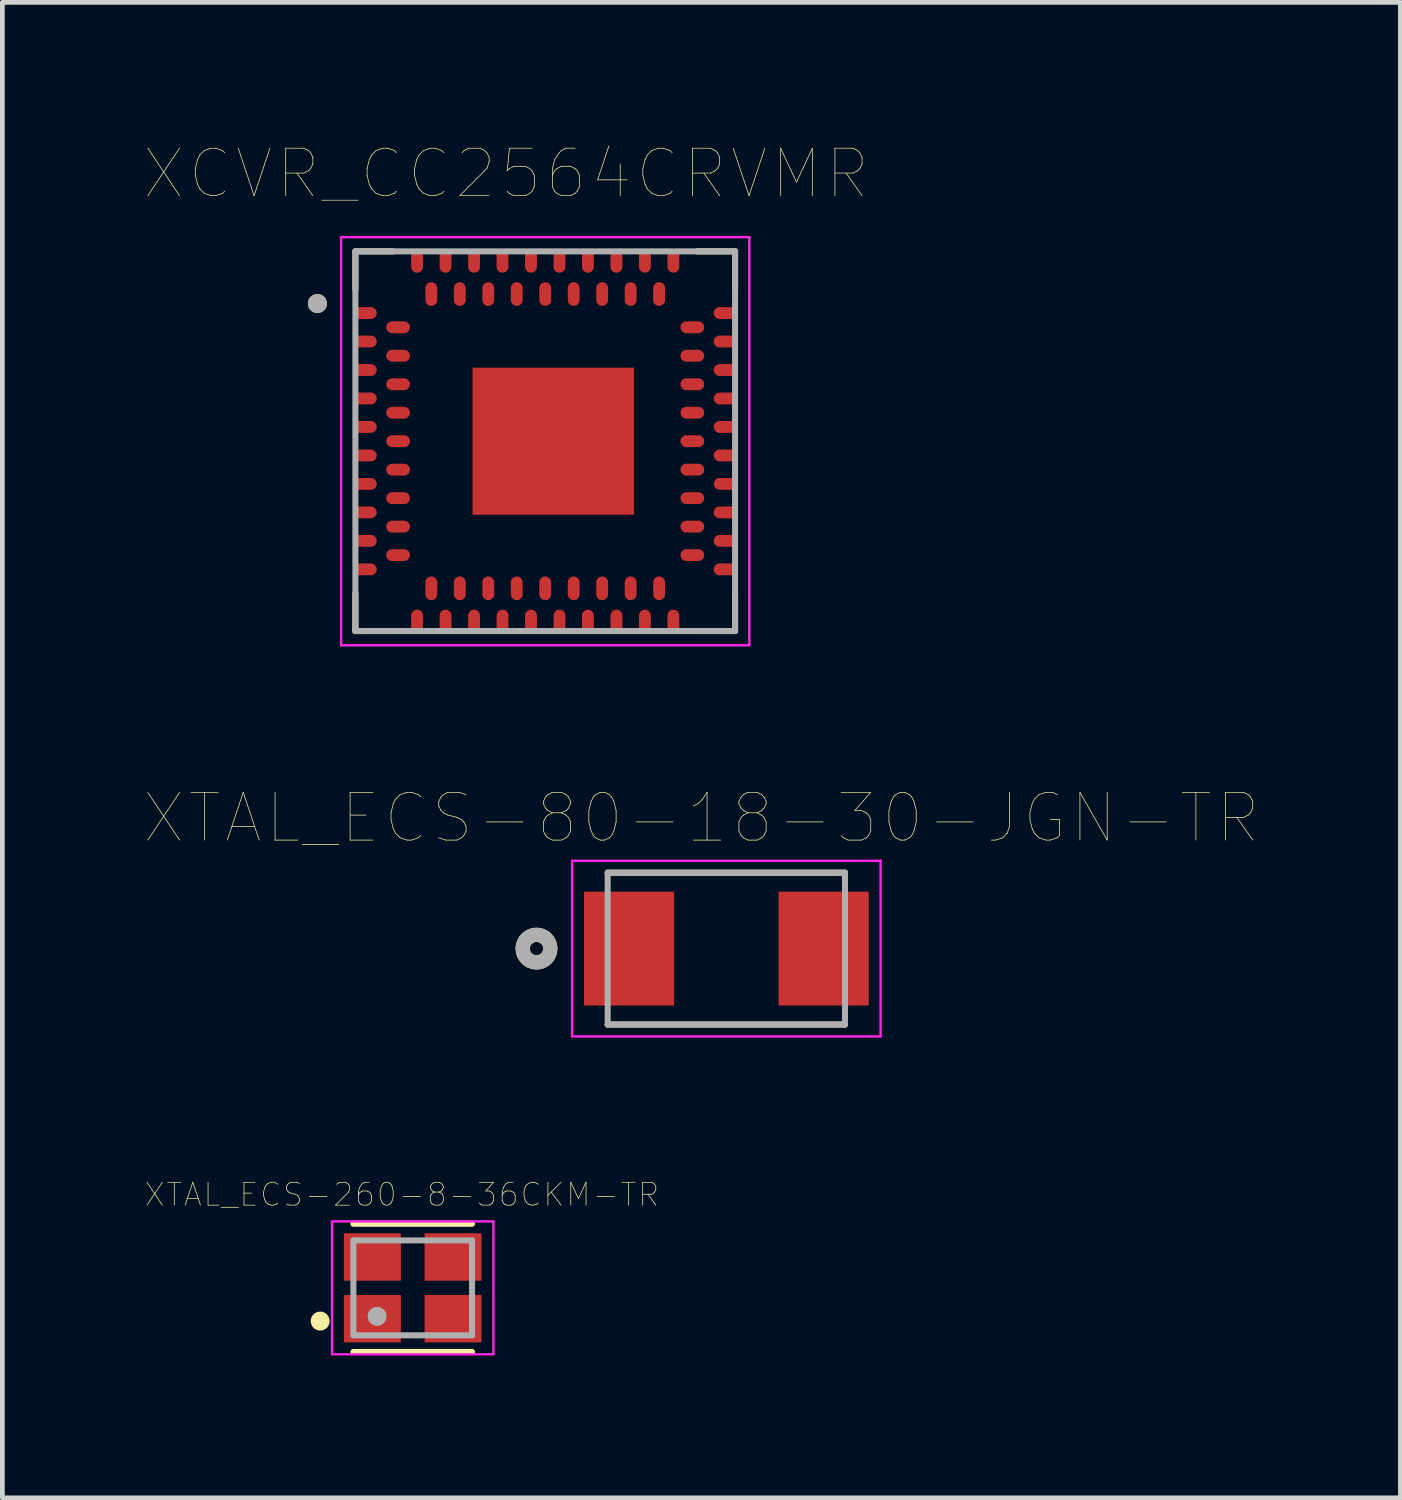
<source format=kicad_pcb>
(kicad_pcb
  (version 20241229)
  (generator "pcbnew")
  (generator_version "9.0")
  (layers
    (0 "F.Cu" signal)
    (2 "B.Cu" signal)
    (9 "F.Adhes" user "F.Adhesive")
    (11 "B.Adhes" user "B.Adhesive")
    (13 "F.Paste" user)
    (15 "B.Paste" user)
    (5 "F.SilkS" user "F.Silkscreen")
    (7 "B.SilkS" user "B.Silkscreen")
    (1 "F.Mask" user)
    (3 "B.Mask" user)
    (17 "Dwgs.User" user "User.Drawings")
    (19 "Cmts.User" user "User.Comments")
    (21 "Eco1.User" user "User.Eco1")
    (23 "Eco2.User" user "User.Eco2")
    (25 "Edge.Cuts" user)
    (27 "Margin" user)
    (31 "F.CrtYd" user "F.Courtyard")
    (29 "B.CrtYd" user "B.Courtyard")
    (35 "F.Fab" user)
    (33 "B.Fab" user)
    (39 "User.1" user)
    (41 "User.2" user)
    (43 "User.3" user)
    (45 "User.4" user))
  (footprint "XTAL_ECS-80-18-30-JGN-TR"
    (layer "F.Cu")
    (at 12.254 16.937)
    (property "Reference" "XTAL_ECS-80-18-30-JGN-TR" (at -0.526 -2.751 0) (layer "F.SilkS") (effects (font (size 1.006 1.006) (thickness 0.015))))
    (attr through_hole)
    (fp_line (start -2.5 1.6) (end 2.5 1.6) (stroke (width 0.127) (type solid)) (layer "F.SilkS"))
    (fp_line (start 2.5 -1.6) (end -2.5 -1.6) (stroke (width 0.127) (type solid)) (layer "F.SilkS"))
    (fp_circle (center -4 0) (end -3.859 0) (stroke (width 0.3) (type solid)) (fill no) (layer "F.SilkS"))
    (fp_line (start -3.25 -1.85) (end -3.25 1.85) (stroke (width 0.05) (type solid)) (layer "F.CrtYd"))
    (fp_line (start -3.25 1.85) (end 3.25 1.85) (stroke (width 0.05) (type solid)) (layer "F.CrtYd"))
    (fp_line (start 3.25 -1.85) (end -3.25 -1.85) (stroke (width 0.05) (type solid)) (layer "F.CrtYd"))
    (fp_line (start 3.25 1.85) (end 3.25 -1.85) (stroke (width 0.05) (type solid)) (layer "F.CrtYd"))
    (fp_line (start -2.5 -1.6) (end -2.5 1.6) (stroke (width 0.127) (type solid)) (layer "F.Fab"))
    (fp_line (start -2.5 1.6) (end 2.5 1.6) (stroke (width 0.127) (type solid)) (layer "F.Fab"))
    (fp_line (start 2.5 -1.6) (end -2.5 -1.6) (stroke (width 0.127) (type solid)) (layer "F.Fab"))
    (fp_line (start 2.5 1.6) (end 2.5 -1.6) (stroke (width 0.127) (type solid)) (layer "F.Fab"))
    (fp_circle (center -4 0) (end -3.859 0) (stroke (width 0.3) (type solid)) (fill no) (layer "F.Fab"))
    (pad "1" smd rect (at -2.05 0) (size 1.9 2.4) (layers "F.Cu" "F.Mask" "F.Paste"))
    (pad "2" smd rect (at 2.05 0) (size 1.9 2.4) (layers "F.Cu" "F.Mask" "F.Paste")))
  (footprint "XTAL_ECS-260-8-36CKM-TR"
    (layer "F.Cu")
    (at 5.646 24.085)
    (property "Reference" "XTAL_ECS-260-8-36CKM-TR" (at -0.227 -1.965 0) (layer "F.SilkS") (effects (font (size 0.482 0.482) (thickness 0.015))))
    (attr through_hole)
    (fp_line (start 1.25 -1.35) (end -1.25 -1.35) (stroke (width 0.127) (type solid)) (layer "F.SilkS"))
    (fp_line (start 1.25 1.35) (end -1.25 1.35) (stroke (width 0.127) (type solid)) (layer "F.SilkS"))
    (fp_circle (center -1.95 0.7) (end -1.85 0.7) (stroke (width 0.2) (type solid)) (fill no) (layer "F.SilkS"))
    (fp_line (start -1.7 -1.4) (end -1.7 1.4) (stroke (width 0.05) (type solid)) (layer "F.CrtYd"))
    (fp_line (start -1.7 1.4) (end 1.7 1.4) (stroke (width 0.05) (type solid)) (layer "F.CrtYd"))
    (fp_line (start 1.7 -1.4) (end -1.7 -1.4) (stroke (width 0.05) (type solid)) (layer "F.CrtYd"))
    (fp_line (start 1.7 1.4) (end 1.7 -1.4) (stroke (width 0.05) (type solid)) (layer "F.CrtYd"))
    (fp_line (start -1.25 -1) (end -1.25 1) (stroke (width 0.127) (type solid)) (layer "F.Fab"))
    (fp_line (start -1.25 1) (end 1.25 1) (stroke (width 0.127) (type solid)) (layer "F.Fab"))
    (fp_line (start 1.25 -1) (end -1.25 -1) (stroke (width 0.127) (type solid)) (layer "F.Fab"))
    (fp_line (start 1.25 1) (end 1.25 -1) (stroke (width 0.127) (type solid)) (layer "F.Fab"))
    (fp_circle (center -0.75 0.6) (end -0.65 0.6) (stroke (width 0.2) (type solid)) (fill no) (layer "F.Fab"))
    (pad "1" smd rect (at -0.85 0.65) (size 1.2 1) (layers "F.Cu" "F.Mask" "F.Paste"))
    (pad "2" smd rect (at 0.85 0.65) (size 1.2 1) (layers "F.Cu" "F.Mask" "F.Paste"))
    (pad "3" smd rect (at 0.85 -0.65) (size 1.2 1) (layers "F.Cu" "F.Mask" "F.Paste"))
    (pad "4" smd rect (at -0.85 -0.65) (size 1.2 1) (layers "F.Cu" "F.Mask" "F.Paste")))
  (footprint "XCVR_CC2564CRVMR"
    (layer "F.Cu")
    (at 8.438 6.246)
    (property "Reference" "XCVR_CC2564CRVMR" (at -0.825 -5.635 0) (layer "F.SilkS") (effects (font (size 1 1) (thickness 0.015))))
    (attr through_hole)
    (fp_line (start -4 -4) (end -4 -3.2) (stroke (width 0.127) (type solid)) (layer "F.SilkS"))
    (fp_line (start -4 4) (end -4 3.2) (stroke (width 0.127) (type solid)) (layer "F.SilkS"))
    (fp_line (start -3.2 -4) (end -4 -4) (stroke (width 0.127) (type solid)) (layer "F.SilkS"))
    (fp_line (start -3.2 4) (end -4 4) (stroke (width 0.127) (type solid)) (layer "F.SilkS"))
    (fp_line (start 3.2 -4) (end 4 -4) (stroke (width 0.127) (type solid)) (layer "F.SilkS"))
    (fp_line (start 3.2 4) (end 4 4) (stroke (width 0.127) (type solid)) (layer "F.SilkS"))
    (fp_line (start 4 -4) (end 4 -3.2) (stroke (width 0.127) (type solid)) (layer "F.SilkS"))
    (fp_line (start 4 4) (end 4 3.2) (stroke (width 0.127) (type solid)) (layer "F.SilkS"))
    (fp_circle (center -4.8 -2.9) (end -4.7 -2.9) (stroke (width 0.2) (type solid)) (fill no) (layer "F.SilkS"))
    (fp_poly (pts (xy -0.905 -0.98) (xy 1.245 -0.98) (xy 1.245 0.98) (xy -0.905 0.98)) (stroke (width 0.01) (type solid)) (fill yes) (layer "F.Paste"))
    (fp_line (start -4.3 -4.3) (end 4.3 -4.3) (stroke (width 0.05) (type solid)) (layer "F.CrtYd"))
    (fp_line (start -4.3 4.3) (end -4.3 -4.3) (stroke (width 0.05) (type solid)) (layer "F.CrtYd"))
    (fp_line (start 4.3 -4.3) (end 4.3 4.3) (stroke (width 0.05) (type solid)) (layer "F.CrtYd"))
    (fp_line (start 4.3 4.3) (end -4.3 4.3) (stroke (width 0.05) (type solid)) (layer "F.CrtYd"))
    (fp_line (start -4 -4) (end 4 -4) (stroke (width 0.127) (type solid)) (layer "F.Fab"))
    (fp_line (start -4 4) (end -4 -4) (stroke (width 0.127) (type solid)) (layer "F.Fab"))
    (fp_line (start 4 -4) (end 4 4) (stroke (width 0.127) (type solid)) (layer "F.Fab"))
    (fp_line (start 4 4) (end -4 4) (stroke (width 0.127) (type solid)) (layer "F.Fab"))
    (fp_circle (center -4.8 -2.9) (end -4.7 -2.9) (stroke (width 0.2) (type solid)) (fill no) (layer "F.Fab"))
    (pad "A1" smd oval (at -3.8 -2.7) (size 0.5 0.25) (layers "F.Cu" "F.Mask" "F.Paste"))
    (pad "A2" smd oval (at -3.8 -2.1) (size 0.5 0.25) (layers "F.Cu" "F.Mask" "F.Paste"))
    (pad "A3" smd oval (at -3.8 -1.5) (size 0.5 0.25) (layers "F.Cu" "F.Mask" "F.Paste"))
    (pad "A4" smd oval (at -3.8 -0.9) (size 0.5 0.25) (layers "F.Cu" "F.Mask" "F.Paste"))
    (pad "A5" smd oval (at -3.8 -0.3) (size 0.5 0.25) (layers "F.Cu" "F.Mask" "F.Paste"))
    (pad "A6" smd oval (at -3.8 0.3) (size 0.5 0.25) (layers "F.Cu" "F.Mask" "F.Paste"))
    (pad "A7" smd oval (at -3.8 0.9) (size 0.5 0.25) (layers "F.Cu" "F.Mask" "F.Paste"))
    (pad "A8" smd oval (at -3.8 1.5) (size 0.5 0.25) (layers "F.Cu" "F.Mask" "F.Paste"))
    (pad "A9" smd oval (at -3.8 2.1) (size 0.5 0.25) (layers "F.Cu" "F.Mask" "F.Paste"))
    (pad "A10" smd oval (at -3.8 2.7) (size 0.5 0.25) (layers "F.Cu" "F.Mask" "F.Paste"))
    (pad "A11" smd oval (at -2.7 3.8) (size 0.25 0.5) (layers "F.Cu" "F.Mask" "F.Paste"))
    (pad "A12" smd oval (at -2.1 3.8) (size 0.25 0.5) (layers "F.Cu" "F.Mask" "F.Paste"))
    (pad "A13" smd oval (at -1.5 3.8) (size 0.25 0.5) (layers "F.Cu" "F.Mask" "F.Paste"))
    (pad "A14" smd oval (at -0.9 3.8) (size 0.25 0.5) (layers "F.Cu" "F.Mask" "F.Paste"))
    (pad "A15" smd oval (at -0.3 3.8) (size 0.25 0.5) (layers "F.Cu" "F.Mask" "F.Paste"))
    (pad "A16" smd oval (at 0.3 3.8) (size 0.25 0.5) (layers "F.Cu" "F.Mask" "F.Paste"))
    (pad "A17" smd oval (at 0.9 3.8) (size 0.25 0.5) (layers "F.Cu" "F.Mask" "F.Paste"))
    (pad "A18" smd oval (at 1.5 3.8) (size 0.25 0.5) (layers "F.Cu" "F.Mask" "F.Paste"))
    (pad "A19" smd oval (at 2.1 3.8) (size 0.25 0.5) (layers "F.Cu" "F.Mask" "F.Paste"))
    (pad "A20" smd oval (at 2.7 3.8) (size 0.25 0.5) (layers "F.Cu" "F.Mask" "F.Paste"))
    (pad "A21" smd oval (at 3.8 2.7) (size 0.5 0.25) (layers "F.Cu" "F.Mask" "F.Paste"))
    (pad "A22" smd oval (at 3.8 2.1) (size 0.5 0.25) (layers "F.Cu" "F.Mask" "F.Paste"))
    (pad "A23" smd oval (at 3.8 1.5) (size 0.5 0.25) (layers "F.Cu" "F.Mask" "F.Paste"))
    (pad "A24" smd oval (at 3.8 0.9) (size 0.5 0.25) (layers "F.Cu" "F.Mask" "F.Paste"))
    (pad "A25" smd oval (at 3.8 0.3) (size 0.5 0.25) (layers "F.Cu" "F.Mask" "F.Paste"))
    (pad "A26" smd oval (at 3.8 -0.3) (size 0.5 0.25) (layers "F.Cu" "F.Mask" "F.Paste"))
    (pad "A27" smd oval (at 3.8 -0.9) (size 0.5 0.25) (layers "F.Cu" "F.Mask" "F.Paste"))
    (pad "A28" smd oval (at 3.8 -1.5) (size 0.5 0.25) (layers "F.Cu" "F.Mask" "F.Paste"))
    (pad "A29" smd oval (at 3.8 -2.1) (size 0.5 0.25) (layers "F.Cu" "F.Mask" "F.Paste"))
    (pad "A30" smd oval (at 3.8 -2.7) (size 0.5 0.25) (layers "F.Cu" "F.Mask" "F.Paste"))
    (pad "A31" smd oval (at 2.7 -3.8) (size 0.25 0.5) (layers "F.Cu" "F.Mask" "F.Paste"))
    (pad "A32" smd oval (at 2.1 -3.8) (size 0.25 0.5) (layers "F.Cu" "F.Mask" "F.Paste"))
    (pad "A33" smd oval (at 1.5 -3.8) (size 0.25 0.5) (layers "F.Cu" "F.Mask" "F.Paste"))
    (pad "A34" smd oval (at 0.9 -3.8) (size 0.25 0.5) (layers "F.Cu" "F.Mask" "F.Paste"))
    (pad "A35" smd oval (at 0.3 -3.8) (size 0.25 0.5) (layers "F.Cu" "F.Mask" "F.Paste"))
    (pad "A36" smd oval (at -0.3 -3.8) (size 0.25 0.5) (layers "F.Cu" "F.Mask" "F.Paste"))
    (pad "A37" smd oval (at -0.9 -3.8) (size 0.25 0.5) (layers "F.Cu" "F.Mask" "F.Paste"))
    (pad "A38" smd oval (at -1.5 -3.8) (size 0.25 0.5) (layers "F.Cu" "F.Mask" "F.Paste"))
    (pad "A39" smd oval (at -2.1 -3.8) (size 0.25 0.5) (layers "F.Cu" "F.Mask" "F.Paste"))
    (pad "A40" smd oval (at -2.7 -3.8) (size 0.25 0.5) (layers "F.Cu" "F.Mask" "F.Paste"))
    (pad "B1" smd oval (at -3.1 -2.4) (size 0.5 0.25) (layers "F.Cu" "F.Mask" "F.Paste"))
    (pad "B2" smd oval (at -3.1 -1.8) (size 0.5 0.25) (layers "F.Cu" "F.Mask" "F.Paste"))
    (pad "B3" smd oval (at -3.1 -1.2) (size 0.5 0.25) (layers "F.Cu" "F.Mask" "F.Paste"))
    (pad "B4" smd oval (at -3.1 -0.6) (size 0.5 0.25) (layers "F.Cu" "F.Mask" "F.Paste"))
    (pad "B5" smd oval (at -3.1 0) (size 0.5 0.25) (layers "F.Cu" "F.Mask" "F.Paste"))
    (pad "B6" smd oval (at -3.1 0.6) (size 0.5 0.25) (layers "F.Cu" "F.Mask" "F.Paste"))
    (pad "B7" smd oval (at -3.1 1.2) (size 0.5 0.25) (layers "F.Cu" "F.Mask" "F.Paste"))
    (pad "B8" smd oval (at -3.1 1.8) (size 0.5 0.25) (layers "F.Cu" "F.Mask" "F.Paste"))
    (pad "B9" smd oval (at -3.1 2.4) (size 0.5 0.25) (layers "F.Cu" "F.Mask" "F.Paste"))
    (pad "B10" smd oval (at -2.4 3.1) (size 0.25 0.5) (layers "F.Cu" "F.Mask" "F.Paste"))
    (pad "B11" smd oval (at -1.8 3.1) (size 0.25 0.5) (layers "F.Cu" "F.Mask" "F.Paste"))
    (pad "B12" smd oval (at -1.2 3.1) (size 0.25 0.5) (layers "F.Cu" "F.Mask" "F.Paste"))
    (pad "B13" smd oval (at -0.6 3.1) (size 0.25 0.5) (layers "F.Cu" "F.Mask" "F.Paste"))
    (pad "B14" smd oval (at 0 3.1) (size 0.25 0.5) (layers "F.Cu" "F.Mask" "F.Paste"))
    (pad "B15" smd oval (at 0.6 3.1) (size 0.25 0.5) (layers "F.Cu" "F.Mask" "F.Paste"))
    (pad "B16" smd oval (at 1.2 3.1) (size 0.25 0.5) (layers "F.Cu" "F.Mask" "F.Paste"))
    (pad "B17" smd oval (at 1.8 3.1) (size 0.25 0.5) (layers "F.Cu" "F.Mask" "F.Paste"))
    (pad "B18" smd oval (at 2.4 3.1) (size 0.25 0.5) (layers "F.Cu" "F.Mask" "F.Paste"))
    (pad "B19" smd oval (at 3.1 2.4) (size 0.5 0.25) (layers "F.Cu" "F.Mask" "F.Paste"))
    (pad "B20" smd oval (at 3.1 1.8) (size 0.5 0.25) (layers "F.Cu" "F.Mask" "F.Paste"))
    (pad "B21" smd oval (at 3.1 1.2) (size 0.5 0.25) (layers "F.Cu" "F.Mask" "F.Paste"))
    (pad "B22" smd oval (at 3.1 0.6) (size 0.5 0.25) (layers "F.Cu" "F.Mask" "F.Paste"))
    (pad "B23" smd oval (at 3.1 0) (size 0.5 0.25) (layers "F.Cu" "F.Mask" "F.Paste"))
    (pad "B24" smd oval (at 3.1 -0.6) (size 0.5 0.25) (layers "F.Cu" "F.Mask" "F.Paste"))
    (pad "B25" smd oval (at 3.1 -1.2) (size 0.5 0.25) (layers "F.Cu" "F.Mask" "F.Paste"))
    (pad "B26" smd oval (at 3.1 -1.8) (size 0.5 0.25) (layers "F.Cu" "F.Mask" "F.Paste"))
    (pad "B27" smd oval (at 3.1 -2.4) (size 0.5 0.25) (layers "F.Cu" "F.Mask" "F.Paste"))
    (pad "B28" smd oval (at 2.4 -3.1) (size 0.25 0.5) (layers "F.Cu" "F.Mask" "F.Paste"))
    (pad "B29" smd oval (at 1.8 -3.1) (size 0.25 0.5) (layers "F.Cu" "F.Mask" "F.Paste"))
    (pad "B30" smd oval (at 1.2 -3.1) (size 0.25 0.5) (layers "F.Cu" "F.Mask" "F.Paste"))
    (pad "B31" smd oval (at 0.6 -3.1) (size 0.25 0.5) (layers "F.Cu" "F.Mask" "F.Paste"))
    (pad "B32" smd oval (at 0 -3.1) (size 0.25 0.5) (layers "F.Cu" "F.Mask" "F.Paste"))
    (pad "B33" smd oval (at -0.6 -3.1) (size 0.25 0.5) (layers "F.Cu" "F.Mask" "F.Paste"))
    (pad "B34" smd oval (at -1.2 -3.1) (size 0.25 0.5) (layers "F.Cu" "F.Mask" "F.Paste"))
    (pad "B35" smd oval (at -1.8 -3.1) (size 0.25 0.5) (layers "F.Cu" "F.Mask" "F.Paste"))
    (pad "B36" smd oval (at -2.4 -3.1) (size 0.25 0.5) (layers "F.Cu" "F.Mask" "F.Paste"))
    (pad "EPAD" smd rect (at 0.17 0) (size 3.404 3.099) (layers "F.Cu" "F.Mask")))
  (gr_rect
    (start -3 -3)
    (end 26.457 28.51)
    (stroke (width 0.1) (type default))
    (fill no)
    (layer "Edge.Cuts")))
</source>
